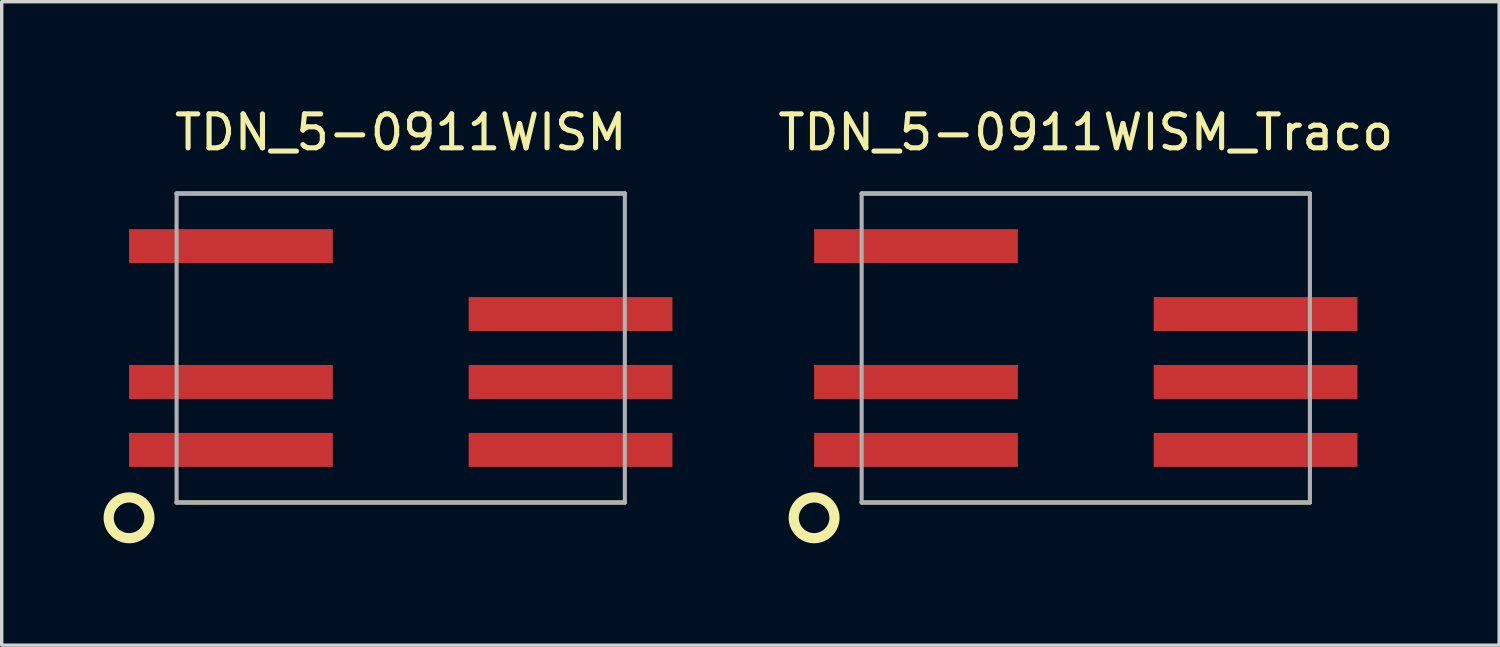
<source format=kicad_pcb>
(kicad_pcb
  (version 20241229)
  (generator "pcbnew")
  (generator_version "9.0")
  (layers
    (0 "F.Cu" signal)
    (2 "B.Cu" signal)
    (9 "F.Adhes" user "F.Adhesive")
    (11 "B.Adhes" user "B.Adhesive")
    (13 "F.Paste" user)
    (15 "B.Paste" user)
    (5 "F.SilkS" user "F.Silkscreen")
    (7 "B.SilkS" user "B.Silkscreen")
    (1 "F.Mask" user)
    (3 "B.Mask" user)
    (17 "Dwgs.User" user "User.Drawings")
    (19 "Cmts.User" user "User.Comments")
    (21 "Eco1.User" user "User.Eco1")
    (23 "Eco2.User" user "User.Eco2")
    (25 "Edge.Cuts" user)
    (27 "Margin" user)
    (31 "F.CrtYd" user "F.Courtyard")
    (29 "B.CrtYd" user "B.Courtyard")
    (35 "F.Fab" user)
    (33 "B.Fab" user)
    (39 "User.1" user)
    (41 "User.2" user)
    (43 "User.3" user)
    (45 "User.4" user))
  (footprint "TDN_5-0911WISM"
    (layer "F.Cu")
    (at 8.75 7.198)
    (property "Reference" "TDN_5-0911WISM" (at 0 -6.35 0) (layer "F.SilkS") (effects (font (size 1 1) (thickness 0.15))))
    (attr through_hole)
    (fp_line (start -6.6 -4.55) (end 6.6 -4.55) (stroke (width 0.12) (type solid)) (layer "F.SilkS"))
    (fp_line (start -6.6 4.55) (end 6.6 4.55) (stroke (width 0.12) (type solid)) (layer "F.SilkS"))
    (fp_circle (center -8 5) (end -7.4 5) (stroke (width 0.3) (type solid)) (fill no) (layer "F.SilkS"))
    (fp_line (start -6.6 -4.55) (end -6.6 4.55) (stroke (width 0.12) (type solid)) (layer "F.Fab"))
    (fp_line (start -6.6 -4.55) (end 6.6 -4.55) (stroke (width 0.12) (type solid)) (layer "F.Fab"))
    (fp_line (start -6.6 4.55) (end 6.6 4.55) (stroke (width 0.12) (type solid)) (layer "F.Fab"))
    (fp_line (start 6.6 -4.55) (end 6.6 4.55) (stroke (width 0.12) (type solid)) (layer "F.Fab"))
    (pad "1" smd rect (at -5 3) (size 6 1) (layers "F.Cu" "F.Mask" "F.Paste"))
    (pad "2" smd rect (at -5 1) (size 6 1) (layers "F.Cu" "F.Mask" "F.Paste"))
    (pad "4" smd rect (at -5 -3) (size 6 1) (layers "F.Cu" "F.Mask" "F.Paste"))
    (pad "5" smd rect (at 5 3) (size 6 1) (layers "F.Cu" "F.Mask" "F.Paste"))
    (pad "6" smd rect (at 5 1) (size 6 1) (layers "F.Cu" "F.Mask" "F.Paste"))
    (pad "7" smd rect (at 5 -1) (size 6 1) (layers "F.Cu" "F.Mask" "F.Paste")))
  (footprint "TDN_5-0911WISM_Traco"
    (layer "F.Cu")
    (at 28.923 7.198)
    (property "Reference" "TDN_5-0911WISM_Traco" (at 0 -6.35 0) (layer "F.SilkS") (effects (font (size 1 1) (thickness 0.15))))
    (attr through_hole)
    (fp_line (start -6.6 -4.55) (end 6.6 -4.55) (stroke (width 0.12) (type solid)) (layer "F.SilkS"))
    (fp_line (start -6.6 4.55) (end 6.6 4.55) (stroke (width 0.12) (type solid)) (layer "F.SilkS"))
    (fp_circle (center -8 5) (end -7.4 5) (stroke (width 0.3) (type solid)) (fill no) (layer "F.SilkS"))
    (fp_line (start -6.6 -4.55) (end -6.6 4.55) (stroke (width 0.12) (type solid)) (layer "F.Fab"))
    (fp_line (start -6.6 -4.55) (end 6.6 -4.55) (stroke (width 0.12) (type solid)) (layer "F.Fab"))
    (fp_line (start -6.6 4.55) (end 6.6 4.55) (stroke (width 0.12) (type solid)) (layer "F.Fab"))
    (fp_line (start 6.6 -4.55) (end 6.6 4.55) (stroke (width 0.12) (type solid)) (layer "F.Fab"))
    (pad "1" smd rect (at -5 3) (size 6 1) (layers "F.Cu" "F.Mask" "F.Paste"))
    (pad "2" smd rect (at -5 1) (size 6 1) (layers "F.Cu" "F.Mask" "F.Paste"))
    (pad "4" smd rect (at -5 -3) (size 6 1) (layers "F.Cu" "F.Mask" "F.Paste"))
    (pad "5" smd rect (at 5 3) (size 6 1) (layers "F.Cu" "F.Mask" "F.Paste"))
    (pad "6" smd rect (at 5 1) (size 6 1) (layers "F.Cu" "F.Mask" "F.Paste"))
    (pad "7" smd rect (at 5 -1) (size 6 1) (layers "F.Cu" "F.Mask" "F.Paste")))
  (gr_rect
    (start -3 -3)
    (end 41.095 15.948)
    (stroke (width 0.1) (type default))
    (fill no)
    (layer "Edge.Cuts")))
</source>
